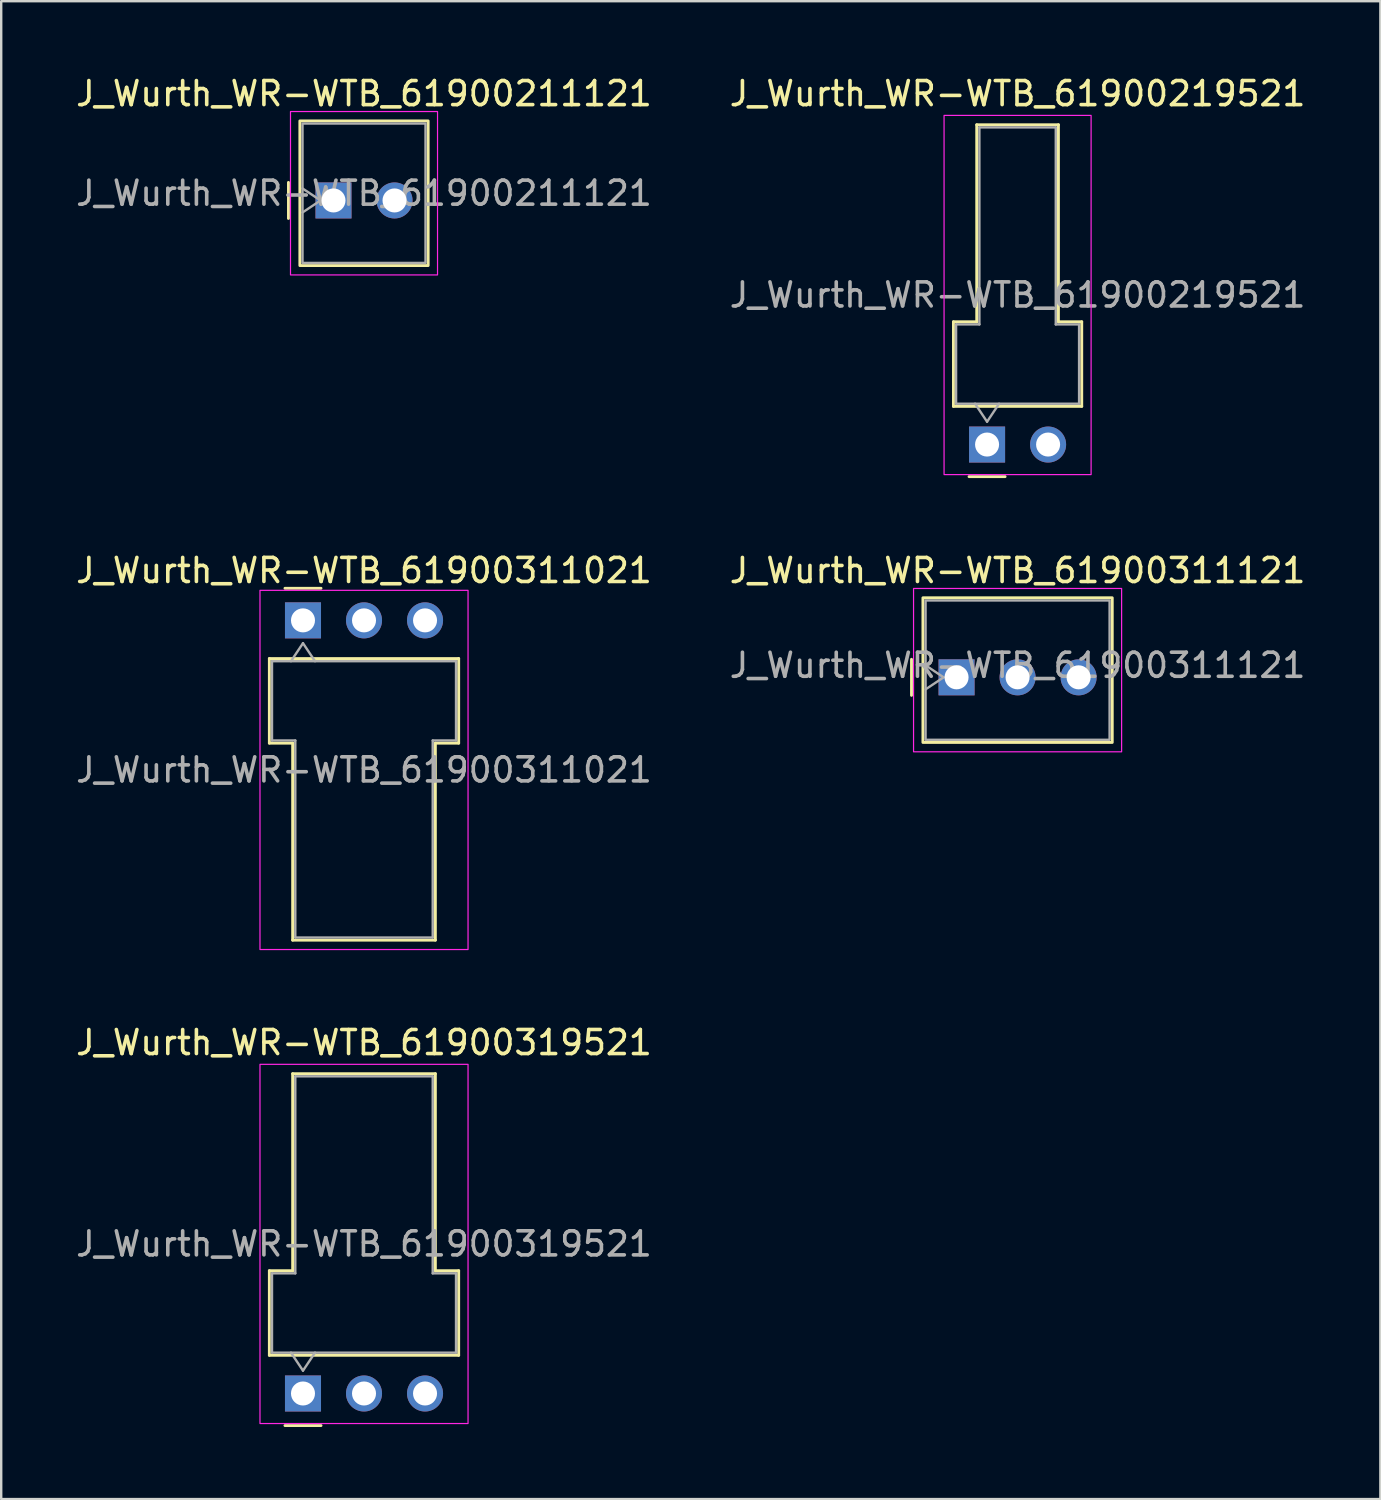
<source format=kicad_pcb>
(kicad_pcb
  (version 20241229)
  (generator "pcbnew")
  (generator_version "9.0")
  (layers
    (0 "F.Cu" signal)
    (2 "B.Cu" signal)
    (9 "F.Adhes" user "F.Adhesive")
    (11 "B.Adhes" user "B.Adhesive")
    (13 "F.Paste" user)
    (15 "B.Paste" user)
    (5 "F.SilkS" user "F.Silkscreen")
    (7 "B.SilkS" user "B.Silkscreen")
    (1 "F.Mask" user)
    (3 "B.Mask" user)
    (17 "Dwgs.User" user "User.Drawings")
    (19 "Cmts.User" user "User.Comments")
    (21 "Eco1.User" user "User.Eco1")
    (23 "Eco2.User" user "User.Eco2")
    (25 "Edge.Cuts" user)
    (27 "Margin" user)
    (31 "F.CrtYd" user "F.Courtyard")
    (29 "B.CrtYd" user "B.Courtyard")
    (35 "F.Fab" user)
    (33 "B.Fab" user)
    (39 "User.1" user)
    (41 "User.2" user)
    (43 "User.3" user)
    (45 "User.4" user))
  (footprint "J_Wurth_WR-WTB_61900319521"
    (layer "F.Cu")
    (at 9.561 54.95)
    (property "Reference" "J_Wurth_WR-WTB_61900319521" (at 2.54 -14.605 0) (unlocked yes) (layer "F.SilkS") (effects (font (size 1 1) (thickness 0.15))))
    (attr through_hole)
    (fp_line (start -1.4 -5.11) (end -1.4 -1.59) (stroke (width 0.12) (type default)) (layer "F.SilkS"))
    (fp_line (start -1.4 -1.59) (end 6.48 -1.59) (stroke (width 0.12) (type default)) (layer "F.SilkS"))
    (fp_line (start -0.43 -13.31) (end -0.43 -5.11) (stroke (width 0.12) (type default)) (layer "F.SilkS"))
    (fp_line (start -0.43 -5.11) (end -1.4 -5.11) (stroke (width 0.12) (type default)) (layer "F.SilkS"))
    (fp_line (start 0.75 1.335) (end -0.75 1.335) (stroke (width 0.12) (type solid)) (layer "F.SilkS"))
    (fp_line (start 5.51 -13.31) (end -0.43 -13.31) (stroke (width 0.12) (type default)) (layer "F.SilkS"))
    (fp_line (start 5.51 -5.11) (end 5.51 -13.31) (stroke (width 0.12) (type default)) (layer "F.SilkS"))
    (fp_line (start 6.48 -5.11) (end 5.51 -5.11) (stroke (width 0.12) (type default)) (layer "F.SilkS"))
    (fp_line (start 6.48 -1.59) (end 6.48 -5.11) (stroke (width 0.12) (type default)) (layer "F.SilkS"))
    (fp_rect (start -1.79 -13.7) (end 6.87 1.25) (stroke (width 0.05) (type solid)) (fill no) (layer "F.CrtYd"))
    (fp_line (start -1.29 -5) (end -1.29 -1.7) (stroke (width 0.1) (type solid)) (layer "F.Fab"))
    (fp_line (start -1.29 -5) (end -0.32 -5) (stroke (width 0.1) (type solid)) (layer "F.Fab"))
    (fp_line (start -0.32 -13.2) (end -0.32 -5) (stroke (width 0.1) (type solid)) (layer "F.Fab"))
    (fp_line (start 0 -0.95) (end -0.5 -1.7) (stroke (width 0.1) (type solid)) (layer "F.Fab"))
    (fp_line (start 0 -0.95) (end 0.5 -1.7) (stroke (width 0.1) (type solid)) (layer "F.Fab"))
    (fp_line (start 5.4 -13.2) (end -0.32 -13.2) (stroke (width 0.1) (type solid)) (layer "F.Fab"))
    (fp_line (start 5.4 -13.2) (end 5.4 -5) (stroke (width 0.1) (type solid)) (layer "F.Fab"))
    (fp_line (start 6.37 -5) (end 5.4 -5) (stroke (width 0.1) (type solid)) (layer "F.Fab"))
    (fp_line (start 6.37 -5) (end 6.37 -1.7) (stroke (width 0.1) (type solid)) (layer "F.Fab"))
    (fp_line (start 6.37 -1.7) (end -1.29 -1.7) (stroke (width 0.1) (type solid)) (layer "F.Fab"))
    (fp_text user "${REFERENCE}" (at 2.54 -6.225 0) (unlocked yes) (layer "F.Fab") (effects (font (size 1 1) (thickness 0.15))))
    (pad "1" thru_hole rect (at 0 0) (size 1.5 1.5) (drill 1) (layers "*.Cu" "*.Mask"))
    (pad "2" thru_hole circle (at 2.54 0) (size 1.5 1.5) (drill 1) (layers "*.Cu" "*.Mask"))
    (pad "3" thru_hole circle (at 5.08 0) (size 1.5 1.5) (drill 1) (layers "*.Cu" "*.Mask")))
  (footprint "J_Wurth_WR-WTB_61900311021"
    (layer "F.Cu")
    (at 9.561 22.771)
    (property "Reference" "J_Wurth_WR-WTB_61900311021" (at 2.54 -2.075 0) (unlocked yes) (layer "F.SilkS") (effects (font (size 1 1) (thickness 0.15))))
    (attr through_hole)
    (fp_line (start -1.4 1.59) (end -1.4 5.11) (stroke (width 0.12) (type default)) (layer "F.SilkS"))
    (fp_line (start -1.4 5.11) (end -0.43 5.11) (stroke (width 0.12) (type default)) (layer "F.SilkS"))
    (fp_line (start -0.75 -1.335) (end 0.75 -1.335) (stroke (width 0.12) (type solid)) (layer "F.SilkS"))
    (fp_line (start -0.43 5.11) (end -0.43 13.31) (stroke (width 0.12) (type default)) (layer "F.SilkS"))
    (fp_line (start -0.43 13.31) (end 5.51 13.31) (stroke (width 0.12) (type default)) (layer "F.SilkS"))
    (fp_line (start 5.51 5.11) (end 6.48 5.11) (stroke (width 0.12) (type default)) (layer "F.SilkS"))
    (fp_line (start 5.51 13.31) (end 5.51 5.11) (stroke (width 0.12) (type default)) (layer "F.SilkS"))
    (fp_line (start 6.48 1.59) (end -1.4 1.59) (stroke (width 0.12) (type default)) (layer "F.SilkS"))
    (fp_line (start 6.48 5.11) (end 6.48 1.59) (stroke (width 0.12) (type default)) (layer "F.SilkS"))
    (fp_rect (start -1.79 -1.25) (end 6.87 13.7) (stroke (width 0.05) (type solid)) (fill no) (layer "F.CrtYd"))
    (fp_line (start -1.29 1.7) (end 6.37 1.7) (stroke (width 0.1) (type solid)) (layer "F.Fab"))
    (fp_line (start -1.29 5) (end -1.29 1.7) (stroke (width 0.1) (type solid)) (layer "F.Fab"))
    (fp_line (start -1.29 5) (end -0.32 5) (stroke (width 0.1) (type solid)) (layer "F.Fab"))
    (fp_line (start -0.32 13.2) (end -0.32 5) (stroke (width 0.1) (type solid)) (layer "F.Fab"))
    (fp_line (start -0.32 13.2) (end 5.4 13.2) (stroke (width 0.1) (type solid)) (layer "F.Fab"))
    (fp_line (start 0 0.95) (end -0.5 1.7) (stroke (width 0.1) (type solid)) (layer "F.Fab"))
    (fp_line (start 0 0.95) (end 0.5 1.7) (stroke (width 0.1) (type solid)) (layer "F.Fab"))
    (fp_line (start 5.4 13.2) (end 5.4 5) (stroke (width 0.1) (type solid)) (layer "F.Fab"))
    (fp_line (start 6.37 5) (end 5.4 5) (stroke (width 0.1) (type solid)) (layer "F.Fab"))
    (fp_line (start 6.37 5) (end 6.37 1.7) (stroke (width 0.1) (type solid)) (layer "F.Fab"))
    (fp_text user "${REFERENCE}" (at 2.54 6.225 0) (unlocked yes) (layer "F.Fab") (effects (font (size 1 1) (thickness 0.15))))
    (pad "1" thru_hole rect (at 0 0 180) (size 1.5 1.5) (drill 1) (layers "*.Cu" "*.Mask"))
    (pad "2" thru_hole circle (at 2.54 0 180) (size 1.5 1.5) (drill 1) (layers "*.Cu" "*.Mask"))
    (pad "3" thru_hole circle (at 5.08 0 180) (size 1.5 1.5) (drill 1) (layers "*.Cu" "*.Mask")))
  (footprint "J_Wurth_WR-WTB_61900219521"
    (layer "F.Cu")
    (at 38.034 15.453)
    (property "Reference" "J_Wurth_WR-WTB_61900219521" (at 1.27 -14.605 0) (unlocked yes) (layer "F.SilkS") (effects (font (size 1 1) (thickness 0.15))))
    (attr through_hole)
    (fp_line (start -1.4 -5.11) (end -1.4 -1.59) (stroke (width 0.12) (type default)) (layer "F.SilkS"))
    (fp_line (start -1.4 -1.59) (end 3.94 -1.59) (stroke (width 0.12) (type default)) (layer "F.SilkS"))
    (fp_line (start -0.43 -13.31) (end -0.43 -5.11) (stroke (width 0.12) (type default)) (layer "F.SilkS"))
    (fp_line (start -0.43 -5.11) (end -1.4 -5.11) (stroke (width 0.12) (type default)) (layer "F.SilkS"))
    (fp_line (start 0.75 1.335) (end -0.75 1.335) (stroke (width 0.12) (type solid)) (layer "F.SilkS"))
    (fp_line (start 2.97 -13.31) (end -0.43 -13.31) (stroke (width 0.12) (type default)) (layer "F.SilkS"))
    (fp_line (start 2.97 -5.11) (end 2.97 -13.31) (stroke (width 0.12) (type default)) (layer "F.SilkS"))
    (fp_line (start 3.94 -5.11) (end 2.97 -5.11) (stroke (width 0.12) (type default)) (layer "F.SilkS"))
    (fp_line (start 3.94 -1.59) (end 3.94 -5.11) (stroke (width 0.12) (type default)) (layer "F.SilkS"))
    (fp_rect (start -1.79 -13.7) (end 4.33 1.25) (stroke (width 0.05) (type solid)) (fill no) (layer "F.CrtYd"))
    (fp_line (start -1.29 -5) (end -1.29 -1.7) (stroke (width 0.1) (type solid)) (layer "F.Fab"))
    (fp_line (start -1.29 -5) (end -0.32 -5) (stroke (width 0.1) (type solid)) (layer "F.Fab"))
    (fp_line (start -0.32 -13.2) (end -0.32 -5) (stroke (width 0.1) (type solid)) (layer "F.Fab"))
    (fp_line (start 0 -0.95) (end -0.5 -1.7) (stroke (width 0.1) (type solid)) (layer "F.Fab"))
    (fp_line (start 0 -0.95) (end 0.5 -1.7) (stroke (width 0.1) (type solid)) (layer "F.Fab"))
    (fp_line (start 2.86 -13.2) (end -0.32 -13.2) (stroke (width 0.1) (type solid)) (layer "F.Fab"))
    (fp_line (start 2.86 -13.2) (end 2.86 -5) (stroke (width 0.1) (type solid)) (layer "F.Fab"))
    (fp_line (start 3.83 -5) (end 2.86 -5) (stroke (width 0.1) (type solid)) (layer "F.Fab"))
    (fp_line (start 3.83 -5) (end 3.83 -1.7) (stroke (width 0.1) (type solid)) (layer "F.Fab"))
    (fp_line (start 3.83 -1.7) (end -1.29 -1.7) (stroke (width 0.1) (type solid)) (layer "F.Fab"))
    (fp_text user "${REFERENCE}" (at 1.27 -6.225 0) (unlocked yes) (layer "F.Fab") (effects (font (size 1 1) (thickness 0.15))))
    (pad "1" thru_hole rect (at 0 0) (size 1.5 1.5) (drill 1) (layers "*.Cu" "*.Mask"))
    (pad "2" thru_hole circle (at 2.54 0) (size 1.5 1.5) (drill 1) (layers "*.Cu" "*.Mask")))
  (footprint "J_Wurth_WR-WTB_61900311121"
    (layer "F.Cu")
    (at 36.764 25.142)
    (property "Reference" "J_Wurth_WR-WTB_61900311121" (at 2.54 -4.445 0) (unlocked yes) (layer "F.SilkS") (effects (font (size 1 1) (thickness 0.15))))
    (attr through_hole)
    (fp_line (start -1.875 -0.75) (end -1.875 0.75) (stroke (width 0.12) (type solid)) (layer "F.SilkS"))
    (fp_rect (start -1.4 -3.31) (end 6.48 2.71) (stroke (width 0.12) (type solid)) (fill no) (layer "F.SilkS"))
    (fp_rect (start -1.79 -3.7) (end 6.87 3.1) (stroke (width 0.05) (type solid)) (fill no) (layer "F.CrtYd"))
    (fp_line (start -0.54 0) (end -1.29 -0.5) (stroke (width 0.1) (type solid)) (layer "F.Fab"))
    (fp_line (start -0.54 0) (end -1.29 0.5) (stroke (width 0.1) (type solid)) (layer "F.Fab"))
    (fp_rect (start -1.29 -3.2) (end 6.37 2.6) (stroke (width 0.1) (type solid)) (fill no) (layer "F.Fab"))
    (fp_text user "${REFERENCE}" (at 2.54 -0.5 0) (unlocked yes) (layer "F.Fab") (effects (font (size 1 1) (thickness 0.15))))
    (pad "1" thru_hole rect (at 0 0 180) (size 1.5 1.5) (drill 1) (layers "*.Cu" "*.Mask"))
    (pad "2" thru_hole circle (at 2.54 0 180) (size 1.5 1.5) (drill 1) (layers "*.Cu" "*.Mask"))
    (pad "3" thru_hole circle (at 5.08 0 180) (size 1.5 1.5) (drill 1) (layers "*.Cu" "*.Mask")))
  (footprint "J_Wurth_WR-WTB_61900211121"
    (layer "F.Cu")
    (at 10.831 5.293)
    (property "Reference" "J_Wurth_WR-WTB_61900211121" (at 1.27 -4.445 0) (unlocked yes) (layer "F.SilkS") (effects (font (size 1 1) (thickness 0.15))))
    (attr through_hole)
    (fp_line (start -1.875 -0.75) (end -1.875 0.75) (stroke (width 0.12) (type solid)) (layer "F.SilkS"))
    (fp_rect (start -1.4 -3.31) (end 3.94 2.71) (stroke (width 0.12) (type default)) (fill no) (layer "F.SilkS"))
    (fp_rect (start -1.79 -3.7) (end 4.33 3.1) (stroke (width 0.05) (type default)) (fill no) (layer "F.CrtYd"))
    (fp_line (start -0.54 0) (end -1.29 -0.5) (stroke (width 0.1) (type solid)) (layer "F.Fab"))
    (fp_line (start -0.54 0) (end -1.29 0.5) (stroke (width 0.1) (type solid)) (layer "F.Fab"))
    (fp_rect (start -1.29 -3.2) (end 3.83 2.6) (stroke (width 0.1) (type solid)) (fill no) (layer "F.Fab"))
    (fp_text user "${REFERENCE}" (at 1.27 -0.3 0) (unlocked yes) (layer "F.Fab") (effects (font (size 1 1) (thickness 0.15))))
    (pad "1" thru_hole rect (at 0 0 180) (size 1.5 1.5) (drill 1) (layers "*.Cu" "*.Mask"))
    (pad "2" thru_hole circle (at 2.54 0 180) (size 1.5 1.5) (drill 1) (layers "*.Cu" "*.Mask")))
  (gr_rect
    (start -3 -3)
    (end 54.405 59.345)
    (stroke (width 0.1) (type default))
    (fill no)
    (layer "Edge.Cuts")))
</source>
